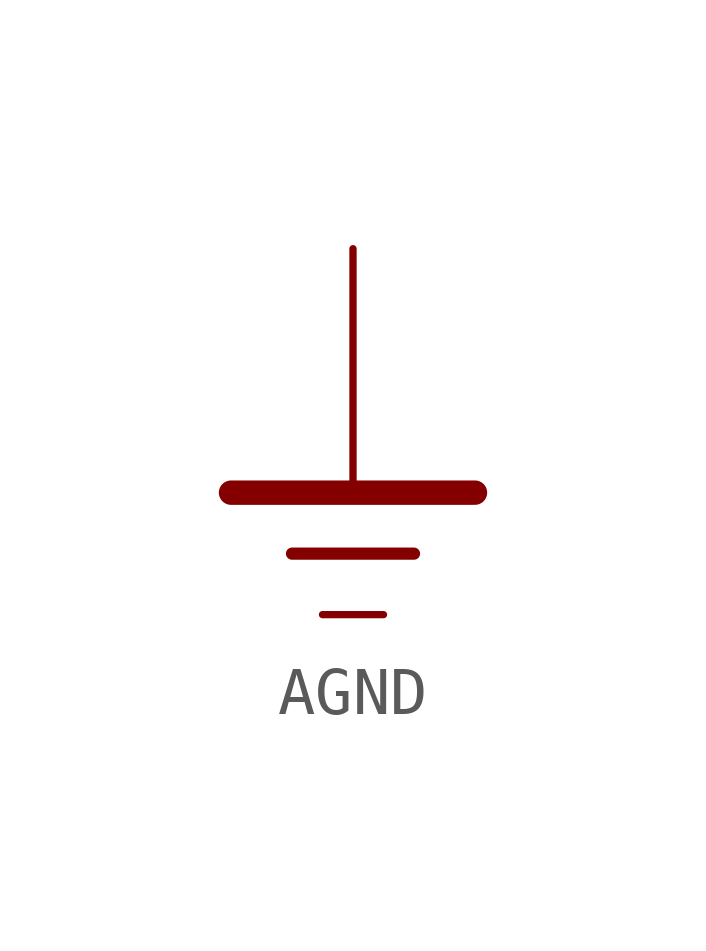
<source format=kicad_sym>
(kicad_symbol_lib
  (version 20220914)
  (generator kicad_symbol_editor)
  (symbol "AGND"
    (power)
    (pin_numbers hide)
    (pin_names
      (offset 0) hide)
    (property "Reference" ""
      (at -1.27 -1.27 90)
      (effects (font (size 1.524 1.524)) hide))
    (property "Footprint" ""
      (at 0 0 0)
      (effects (font (size 1.524 1.524))))
    (property "Datasheet" ""
      (at 0 0 0)
      (effects (font (size 1.524 1.524))))
    (symbol "AGND_0_1"
      (polyline (pts (xy 0 0) (xy 0 -5.08)) (stroke (width 0) (type solid)) (fill (type none)))
      (polyline (pts (xy -2.54 -5.08) (xy 2.54 -5.08) (xy 2.54 -5.08)) (stroke (width 0.508) (type solid)) (fill (type none)))
      (polyline (pts (xy -1.27 -6.35) (xy 1.27 -6.35) (xy 1.27 -6.35)) (stroke (width 0.254) (type solid)) (fill (type none)))
      (polyline (pts (xy -0.635 -7.62) (xy 0.635 -7.62) (xy 0.635 -7.62)) (stroke (width 0) (type solid)) (fill (type none))))
    (symbol "AGND_1_1"
      (pin power_in line (at 0 0 270) (length 5.08) hide (name "GNDA" (effects (font (size 1.27 1.27)))) (number "~" (effects (font (size 1.27 1.27))))))))
</source>
